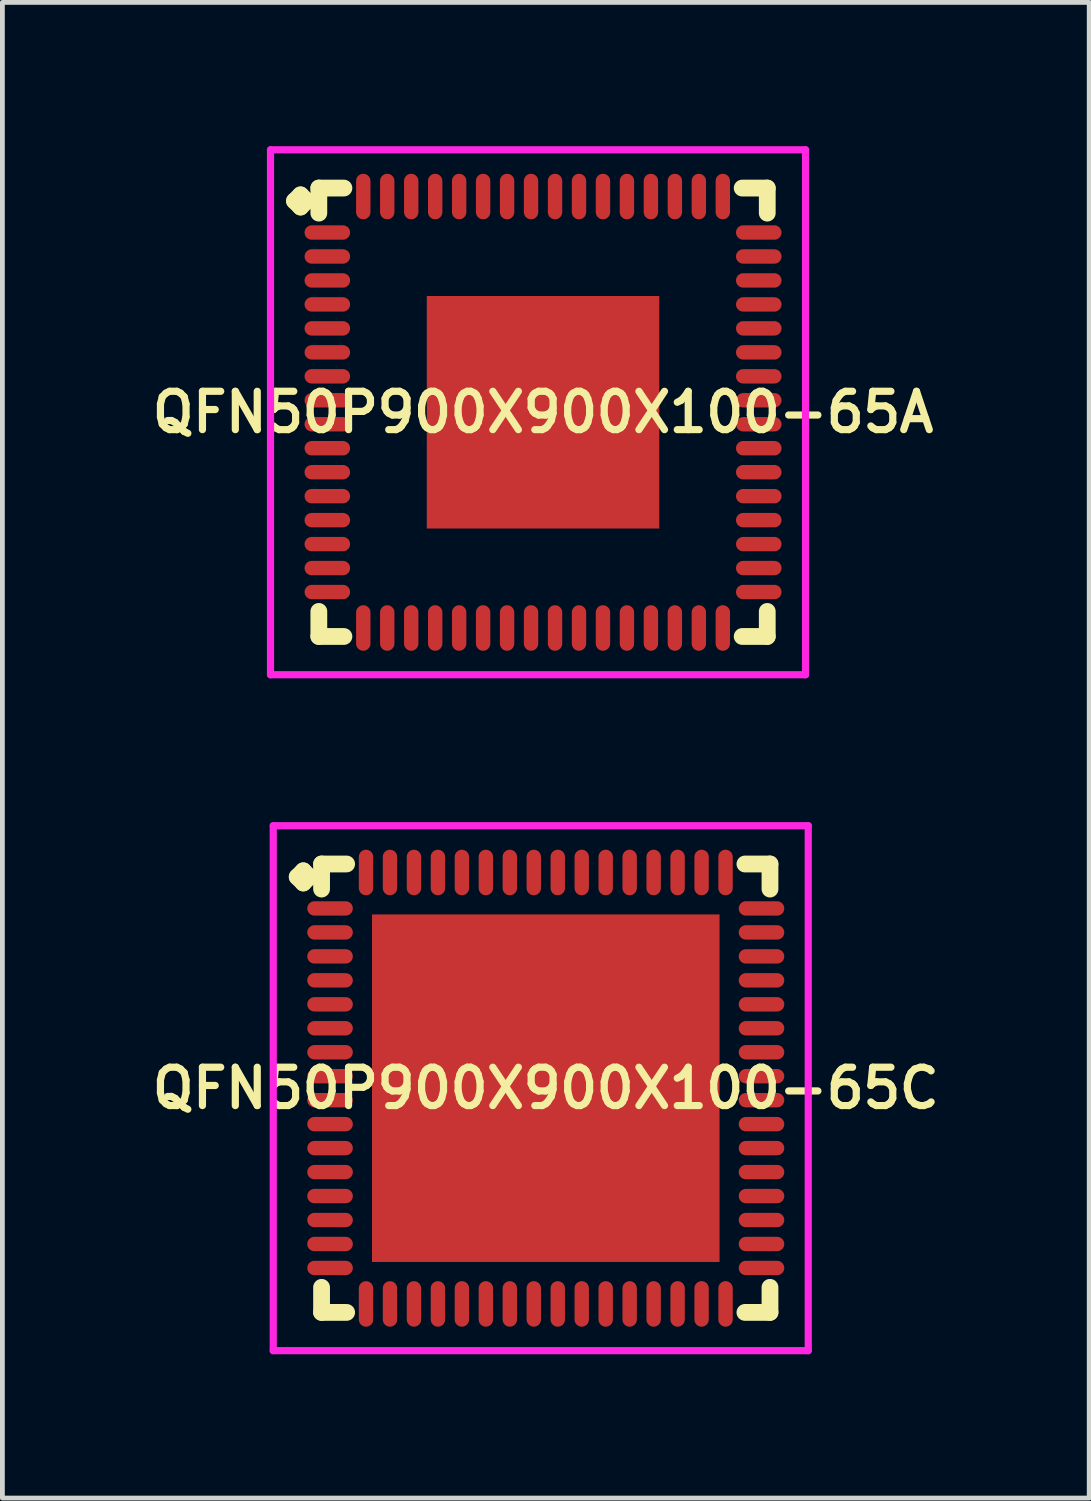
<source format=kicad_pcb>
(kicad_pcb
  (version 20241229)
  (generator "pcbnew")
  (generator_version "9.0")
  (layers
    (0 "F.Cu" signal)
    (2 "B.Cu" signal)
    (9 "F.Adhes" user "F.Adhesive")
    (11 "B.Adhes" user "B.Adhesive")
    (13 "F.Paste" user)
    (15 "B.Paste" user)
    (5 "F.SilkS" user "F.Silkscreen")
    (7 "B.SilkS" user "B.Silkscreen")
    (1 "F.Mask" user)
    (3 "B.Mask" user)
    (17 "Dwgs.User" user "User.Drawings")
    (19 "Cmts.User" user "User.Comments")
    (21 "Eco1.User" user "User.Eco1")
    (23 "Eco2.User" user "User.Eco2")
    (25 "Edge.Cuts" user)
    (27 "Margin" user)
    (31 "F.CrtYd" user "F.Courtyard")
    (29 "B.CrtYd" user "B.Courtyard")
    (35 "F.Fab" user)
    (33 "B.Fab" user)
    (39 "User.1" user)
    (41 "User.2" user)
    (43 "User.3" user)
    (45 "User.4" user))
  (footprint "QFN50P900X900X100-65C"
    (layer "F.Cu")
    (at 8.335 19.65)
    (property "Reference" "QFN50P900X900X100-65C" (at 0 0 0) (layer "F.SilkS") (effects (font (size 0.8 0.8) (thickness 0.15))))
    (attr smd)
    (fp_line (start -5.185 -4.408) (end -5.058 -4.535) (stroke (width 0.35) (type solid)) (layer "F.SilkS"))
    (fp_line (start -5.058 -4.535) (end -4.931 -4.408) (stroke (width 0.35) (type solid)) (layer "F.SilkS"))
    (fp_line (start -5.058 -4.281) (end -5.185 -4.408) (stroke (width 0.35) (type solid)) (layer "F.SilkS"))
    (fp_line (start -4.931 -4.408) (end -5.058 -4.281) (stroke (width 0.35) (type solid)) (layer "F.SilkS"))
    (fp_line (start -4.677 -4.677) (end -4.154 -4.677) (stroke (width 0.35) (type solid)) (layer "F.SilkS"))
    (fp_line (start -4.677 -4.154) (end -4.677 -4.677) (stroke (width 0.35) (type solid)) (layer "F.SilkS"))
    (fp_line (start -4.677 4.154) (end -4.677 4.677) (stroke (width 0.35) (type solid)) (layer "F.SilkS"))
    (fp_line (start -4.677 4.677) (end -4.154 4.677) (stroke (width 0.35) (type solid)) (layer "F.SilkS"))
    (fp_line (start 4.154 -4.677) (end 4.677 -4.677) (stroke (width 0.35) (type solid)) (layer "F.SilkS"))
    (fp_line (start 4.154 4.677) (end 4.677 4.677) (stroke (width 0.35) (type solid)) (layer "F.SilkS"))
    (fp_line (start 4.677 -4.677) (end 4.677 -4.154) (stroke (width 0.35) (type solid)) (layer "F.SilkS"))
    (fp_line (start 4.677 4.677) (end 4.677 4.154) (stroke (width 0.35) (type solid)) (layer "F.SilkS"))
    (fp_line (start -5.685 -5.475) (end 5.475 -5.475) (stroke (width 0.15) (type solid)) (layer "F.CrtYd"))
    (fp_line (start -5.685 5.475) (end -5.685 -5.475) (stroke (width 0.15) (type solid)) (layer "F.CrtYd"))
    (fp_line (start 5.475 -5.475) (end 5.475 5.475) (stroke (width 0.15) (type solid)) (layer "F.CrtYd"))
    (fp_line (start 5.475 5.475) (end -5.685 5.475) (stroke (width 0.15) (type solid)) (layer "F.CrtYd"))
    (pad "1" smd oval (at -4.5 -3.75) (size 0.95 0.3) (layers "F.Cu" "F.Mask" "F.Paste"))
    (pad "2" smd oval (at -4.5 -3.25) (size 0.95 0.3) (layers "F.Cu" "F.Mask" "F.Paste"))
    (pad "3" smd oval (at -4.5 -2.75) (size 0.95 0.3) (layers "F.Cu" "F.Mask" "F.Paste"))
    (pad "4" smd oval (at -4.5 -2.25) (size 0.95 0.3) (layers "F.Cu" "F.Mask" "F.Paste"))
    (pad "5" smd oval (at -4.5 -1.75) (size 0.95 0.3) (layers "F.Cu" "F.Mask" "F.Paste"))
    (pad "6" smd oval (at -4.5 -1.25) (size 0.95 0.3) (layers "F.Cu" "F.Mask" "F.Paste"))
    (pad "7" smd oval (at -4.5 -0.75) (size 0.95 0.3) (layers "F.Cu" "F.Mask" "F.Paste"))
    (pad "8" smd oval (at -4.5 -0.25) (size 0.95 0.3) (layers "F.Cu" "F.Mask" "F.Paste"))
    (pad "9" smd oval (at -4.5 0.25) (size 0.95 0.3) (layers "F.Cu" "F.Mask" "F.Paste"))
    (pad "10" smd oval (at -4.5 0.75) (size 0.95 0.3) (layers "F.Cu" "F.Mask" "F.Paste"))
    (pad "11" smd oval (at -4.5 1.25) (size 0.95 0.3) (layers "F.Cu" "F.Mask" "F.Paste"))
    (pad "12" smd oval (at -4.5 1.75) (size 0.95 0.3) (layers "F.Cu" "F.Mask" "F.Paste"))
    (pad "13" smd oval (at -4.5 2.25) (size 0.95 0.3) (layers "F.Cu" "F.Mask" "F.Paste"))
    (pad "14" smd oval (at -4.5 2.75) (size 0.95 0.3) (layers "F.Cu" "F.Mask" "F.Paste"))
    (pad "15" smd oval (at -4.5 3.25) (size 0.95 0.3) (layers "F.Cu" "F.Mask" "F.Paste"))
    (pad "16" smd oval (at -4.5 3.75) (size 0.95 0.3) (layers "F.Cu" "F.Mask" "F.Paste"))
    (pad "17" smd oval (at -3.75 4.5) (size 0.3 0.95) (layers "F.Cu" "F.Mask" "F.Paste"))
    (pad "18" smd oval (at -3.25 4.5) (size 0.3 0.95) (layers "F.Cu" "F.Mask" "F.Paste"))
    (pad "19" smd oval (at -2.75 4.5) (size 0.3 0.95) (layers "F.Cu" "F.Mask" "F.Paste"))
    (pad "20" smd oval (at -2.25 4.5) (size 0.3 0.95) (layers "F.Cu" "F.Mask" "F.Paste"))
    (pad "21" smd oval (at -1.75 4.5) (size 0.3 0.95) (layers "F.Cu" "F.Mask" "F.Paste"))
    (pad "22" smd oval (at -1.25 4.5) (size 0.3 0.95) (layers "F.Cu" "F.Mask" "F.Paste"))
    (pad "23" smd oval (at -0.75 4.5) (size 0.3 0.95) (layers "F.Cu" "F.Mask" "F.Paste"))
    (pad "24" smd oval (at -0.25 4.5) (size 0.3 0.95) (layers "F.Cu" "F.Mask" "F.Paste"))
    (pad "25" smd oval (at 0.25 4.5) (size 0.3 0.95) (layers "F.Cu" "F.Mask" "F.Paste"))
    (pad "26" smd oval (at 0.75 4.5) (size 0.3 0.95) (layers "F.Cu" "F.Mask" "F.Paste"))
    (pad "27" smd oval (at 1.25 4.5) (size 0.3 0.95) (layers "F.Cu" "F.Mask" "F.Paste"))
    (pad "28" smd oval (at 1.75 4.5) (size 0.3 0.95) (layers "F.Cu" "F.Mask" "F.Paste"))
    (pad "29" smd oval (at 2.25 4.5) (size 0.3 0.95) (layers "F.Cu" "F.Mask" "F.Paste"))
    (pad "30" smd oval (at 2.75 4.5) (size 0.3 0.95) (layers "F.Cu" "F.Mask" "F.Paste"))
    (pad "31" smd oval (at 3.25 4.5) (size 0.3 0.95) (layers "F.Cu" "F.Mask" "F.Paste"))
    (pad "32" smd oval (at 3.75 4.5) (size 0.3 0.95) (layers "F.Cu" "F.Mask" "F.Paste"))
    (pad "33" smd oval (at 4.5 3.75) (size 0.95 0.3) (layers "F.Cu" "F.Mask" "F.Paste"))
    (pad "34" smd oval (at 4.5 3.25) (size 0.95 0.3) (layers "F.Cu" "F.Mask" "F.Paste"))
    (pad "35" smd oval (at 4.5 2.75) (size 0.95 0.3) (layers "F.Cu" "F.Mask" "F.Paste"))
    (pad "36" smd oval (at 4.5 2.25) (size 0.95 0.3) (layers "F.Cu" "F.Mask" "F.Paste"))
    (pad "37" smd oval (at 4.5 1.75) (size 0.95 0.3) (layers "F.Cu" "F.Mask" "F.Paste"))
    (pad "38" smd oval (at 4.5 1.25) (size 0.95 0.3) (layers "F.Cu" "F.Mask" "F.Paste"))
    (pad "39" smd oval (at 4.5 0.75) (size 0.95 0.3) (layers "F.Cu" "F.Mask" "F.Paste"))
    (pad "40" smd oval (at 4.5 0.25) (size 0.95 0.3) (layers "F.Cu" "F.Mask" "F.Paste"))
    (pad "41" smd oval (at 4.5 -0.25) (size 0.95 0.3) (layers "F.Cu" "F.Mask" "F.Paste"))
    (pad "42" smd oval (at 4.5 -0.75) (size 0.95 0.3) (layers "F.Cu" "F.Mask" "F.Paste"))
    (pad "43" smd oval (at 4.5 -1.25) (size 0.95 0.3) (layers "F.Cu" "F.Mask" "F.Paste"))
    (pad "44" smd oval (at 4.5 -1.75) (size 0.95 0.3) (layers "F.Cu" "F.Mask" "F.Paste"))
    (pad "45" smd oval (at 4.5 -2.25) (size 0.95 0.3) (layers "F.Cu" "F.Mask" "F.Paste"))
    (pad "46" smd oval (at 4.5 -2.75) (size 0.95 0.3) (layers "F.Cu" "F.Mask" "F.Paste"))
    (pad "47" smd oval (at 4.5 -3.25) (size 0.95 0.3) (layers "F.Cu" "F.Mask" "F.Paste"))
    (pad "48" smd oval (at 4.5 -3.75) (size 0.95 0.3) (layers "F.Cu" "F.Mask" "F.Paste"))
    (pad "49" smd oval (at 3.75 -4.5) (size 0.3 0.95) (layers "F.Cu" "F.Mask" "F.Paste"))
    (pad "50" smd oval (at 3.25 -4.5) (size 0.3 0.95) (layers "F.Cu" "F.Mask" "F.Paste"))
    (pad "51" smd oval (at 2.75 -4.5) (size 0.3 0.95) (layers "F.Cu" "F.Mask" "F.Paste"))
    (pad "52" smd oval (at 2.25 -4.5) (size 0.3 0.95) (layers "F.Cu" "F.Mask" "F.Paste"))
    (pad "53" smd oval (at 1.75 -4.5) (size 0.3 0.95) (layers "F.Cu" "F.Mask" "F.Paste"))
    (pad "54" smd oval (at 1.25 -4.5) (size 0.3 0.95) (layers "F.Cu" "F.Mask" "F.Paste"))
    (pad "55" smd oval (at 0.75 -4.5) (size 0.3 0.95) (layers "F.Cu" "F.Mask" "F.Paste"))
    (pad "56" smd oval (at 0.25 -4.5) (size 0.3 0.95) (layers "F.Cu" "F.Mask" "F.Paste"))
    (pad "57" smd oval (at -0.25 -4.5) (size 0.3 0.95) (layers "F.Cu" "F.Mask" "F.Paste"))
    (pad "58" smd oval (at -0.75 -4.5) (size 0.3 0.95) (layers "F.Cu" "F.Mask" "F.Paste"))
    (pad "59" smd oval (at -1.25 -4.5) (size 0.3 0.95) (layers "F.Cu" "F.Mask" "F.Paste"))
    (pad "60" smd oval (at -1.75 -4.5) (size 0.3 0.95) (layers "F.Cu" "F.Mask" "F.Paste"))
    (pad "61" smd oval (at -2.25 -4.5) (size 0.3 0.95) (layers "F.Cu" "F.Mask" "F.Paste"))
    (pad "62" smd oval (at -2.75 -4.5) (size 0.3 0.95) (layers "F.Cu" "F.Mask" "F.Paste"))
    (pad "63" smd oval (at -3.25 -4.5) (size 0.3 0.95) (layers "F.Cu" "F.Mask" "F.Paste"))
    (pad "64" smd oval (at -3.75 -4.5) (size 0.3 0.95) (layers "F.Cu" "F.Mask" "F.Paste"))
    (pad "65" smd rect (at 0 0) (size 7.25 7.25) (layers "F.Cu" "F.Mask" "F.Paste")))
  (footprint "QFN50P900X900X100-65A"
    (layer "F.Cu")
    (at 8.278 5.55)
    (property "Reference" "QFN50P900X900X100-65A" (at 0 0 0) (layer "F.SilkS") (effects (font (size 0.8 0.8) (thickness 0.15))))
    (attr smd)
    (fp_line (start -5.185 -4.408) (end -5.058 -4.535) (stroke (width 0.35) (type solid)) (layer "F.SilkS"))
    (fp_line (start -5.058 -4.535) (end -4.931 -4.408) (stroke (width 0.35) (type solid)) (layer "F.SilkS"))
    (fp_line (start -5.058 -4.281) (end -5.185 -4.408) (stroke (width 0.35) (type solid)) (layer "F.SilkS"))
    (fp_line (start -4.931 -4.408) (end -5.058 -4.281) (stroke (width 0.35) (type solid)) (layer "F.SilkS"))
    (fp_line (start -4.677 -4.677) (end -4.154 -4.677) (stroke (width 0.35) (type solid)) (layer "F.SilkS"))
    (fp_line (start -4.677 -4.154) (end -4.677 -4.677) (stroke (width 0.35) (type solid)) (layer "F.SilkS"))
    (fp_line (start -4.677 4.154) (end -4.677 4.677) (stroke (width 0.35) (type solid)) (layer "F.SilkS"))
    (fp_line (start -4.677 4.677) (end -4.154 4.677) (stroke (width 0.35) (type solid)) (layer "F.SilkS"))
    (fp_line (start 4.154 -4.677) (end 4.677 -4.677) (stroke (width 0.35) (type solid)) (layer "F.SilkS"))
    (fp_line (start 4.154 4.677) (end 4.677 4.677) (stroke (width 0.35) (type solid)) (layer "F.SilkS"))
    (fp_line (start 4.677 -4.677) (end 4.677 -4.154) (stroke (width 0.35) (type solid)) (layer "F.SilkS"))
    (fp_line (start 4.677 4.677) (end 4.677 4.154) (stroke (width 0.35) (type solid)) (layer "F.SilkS"))
    (fp_line (start -5.685 -5.475) (end 5.475 -5.475) (stroke (width 0.15) (type solid)) (layer "F.CrtYd"))
    (fp_line (start -5.685 5.475) (end -5.685 -5.475) (stroke (width 0.15) (type solid)) (layer "F.CrtYd"))
    (fp_line (start 5.475 -5.475) (end 5.475 5.475) (stroke (width 0.15) (type solid)) (layer "F.CrtYd"))
    (fp_line (start 5.475 5.475) (end -5.685 5.475) (stroke (width 0.15) (type solid)) (layer "F.CrtYd"))
    (pad "1" smd oval (at -4.5 -3.75) (size 0.95 0.3) (layers "F.Cu" "F.Mask" "F.Paste"))
    (pad "2" smd oval (at -4.5 -3.25) (size 0.95 0.3) (layers "F.Cu" "F.Mask" "F.Paste"))
    (pad "3" smd oval (at -4.5 -2.75) (size 0.95 0.3) (layers "F.Cu" "F.Mask" "F.Paste"))
    (pad "4" smd oval (at -4.5 -2.25) (size 0.95 0.3) (layers "F.Cu" "F.Mask" "F.Paste"))
    (pad "5" smd oval (at -4.5 -1.75) (size 0.95 0.3) (layers "F.Cu" "F.Mask" "F.Paste"))
    (pad "6" smd oval (at -4.5 -1.25) (size 0.95 0.3) (layers "F.Cu" "F.Mask" "F.Paste"))
    (pad "7" smd oval (at -4.5 -0.75) (size 0.95 0.3) (layers "F.Cu" "F.Mask" "F.Paste"))
    (pad "8" smd oval (at -4.5 -0.25) (size 0.95 0.3) (layers "F.Cu" "F.Mask" "F.Paste"))
    (pad "9" smd oval (at -4.5 0.25) (size 0.95 0.3) (layers "F.Cu" "F.Mask" "F.Paste"))
    (pad "10" smd oval (at -4.5 0.75) (size 0.95 0.3) (layers "F.Cu" "F.Mask" "F.Paste"))
    (pad "11" smd oval (at -4.5 1.25) (size 0.95 0.3) (layers "F.Cu" "F.Mask" "F.Paste"))
    (pad "12" smd oval (at -4.5 1.75) (size 0.95 0.3) (layers "F.Cu" "F.Mask" "F.Paste"))
    (pad "13" smd oval (at -4.5 2.25) (size 0.95 0.3) (layers "F.Cu" "F.Mask" "F.Paste"))
    (pad "14" smd oval (at -4.5 2.75) (size 0.95 0.3) (layers "F.Cu" "F.Mask" "F.Paste"))
    (pad "15" smd oval (at -4.5 3.25) (size 0.95 0.3) (layers "F.Cu" "F.Mask" "F.Paste"))
    (pad "16" smd oval (at -4.5 3.75) (size 0.95 0.3) (layers "F.Cu" "F.Mask" "F.Paste"))
    (pad "17" smd oval (at -3.75 4.5) (size 0.3 0.95) (layers "F.Cu" "F.Mask" "F.Paste"))
    (pad "18" smd oval (at -3.25 4.5) (size 0.3 0.95) (layers "F.Cu" "F.Mask" "F.Paste"))
    (pad "19" smd oval (at -2.75 4.5) (size 0.3 0.95) (layers "F.Cu" "F.Mask" "F.Paste"))
    (pad "20" smd oval (at -2.25 4.5) (size 0.3 0.95) (layers "F.Cu" "F.Mask" "F.Paste"))
    (pad "21" smd oval (at -1.75 4.5) (size 0.3 0.95) (layers "F.Cu" "F.Mask" "F.Paste"))
    (pad "22" smd oval (at -1.25 4.5) (size 0.3 0.95) (layers "F.Cu" "F.Mask" "F.Paste"))
    (pad "23" smd oval (at -0.75 4.5) (size 0.3 0.95) (layers "F.Cu" "F.Mask" "F.Paste"))
    (pad "24" smd oval (at -0.25 4.5) (size 0.3 0.95) (layers "F.Cu" "F.Mask" "F.Paste"))
    (pad "25" smd oval (at 0.25 4.5) (size 0.3 0.95) (layers "F.Cu" "F.Mask" "F.Paste"))
    (pad "26" smd oval (at 0.75 4.5) (size 0.3 0.95) (layers "F.Cu" "F.Mask" "F.Paste"))
    (pad "27" smd oval (at 1.25 4.5) (size 0.3 0.95) (layers "F.Cu" "F.Mask" "F.Paste"))
    (pad "28" smd oval (at 1.75 4.5) (size 0.3 0.95) (layers "F.Cu" "F.Mask" "F.Paste"))
    (pad "29" smd oval (at 2.25 4.5) (size 0.3 0.95) (layers "F.Cu" "F.Mask" "F.Paste"))
    (pad "30" smd oval (at 2.75 4.5) (size 0.3 0.95) (layers "F.Cu" "F.Mask" "F.Paste"))
    (pad "31" smd oval (at 3.25 4.5) (size 0.3 0.95) (layers "F.Cu" "F.Mask" "F.Paste"))
    (pad "32" smd oval (at 3.75 4.5) (size 0.3 0.95) (layers "F.Cu" "F.Mask" "F.Paste"))
    (pad "33" smd oval (at 4.5 3.75) (size 0.95 0.3) (layers "F.Cu" "F.Mask" "F.Paste"))
    (pad "34" smd oval (at 4.5 3.25) (size 0.95 0.3) (layers "F.Cu" "F.Mask" "F.Paste"))
    (pad "35" smd oval (at 4.5 2.75) (size 0.95 0.3) (layers "F.Cu" "F.Mask" "F.Paste"))
    (pad "36" smd oval (at 4.5 2.25) (size 0.95 0.3) (layers "F.Cu" "F.Mask" "F.Paste"))
    (pad "37" smd oval (at 4.5 1.75) (size 0.95 0.3) (layers "F.Cu" "F.Mask" "F.Paste"))
    (pad "38" smd oval (at 4.5 1.25) (size 0.95 0.3) (layers "F.Cu" "F.Mask" "F.Paste"))
    (pad "39" smd oval (at 4.5 0.75) (size 0.95 0.3) (layers "F.Cu" "F.Mask" "F.Paste"))
    (pad "40" smd oval (at 4.5 0.25) (size 0.95 0.3) (layers "F.Cu" "F.Mask" "F.Paste"))
    (pad "41" smd oval (at 4.5 -0.25) (size 0.95 0.3) (layers "F.Cu" "F.Mask" "F.Paste"))
    (pad "42" smd oval (at 4.5 -0.75) (size 0.95 0.3) (layers "F.Cu" "F.Mask" "F.Paste"))
    (pad "43" smd oval (at 4.5 -1.25) (size 0.95 0.3) (layers "F.Cu" "F.Mask" "F.Paste"))
    (pad "44" smd oval (at 4.5 -1.75) (size 0.95 0.3) (layers "F.Cu" "F.Mask" "F.Paste"))
    (pad "45" smd oval (at 4.5 -2.25) (size 0.95 0.3) (layers "F.Cu" "F.Mask" "F.Paste"))
    (pad "46" smd oval (at 4.5 -2.75) (size 0.95 0.3) (layers "F.Cu" "F.Mask" "F.Paste"))
    (pad "47" smd oval (at 4.5 -3.25) (size 0.95 0.3) (layers "F.Cu" "F.Mask" "F.Paste"))
    (pad "48" smd oval (at 4.5 -3.75) (size 0.95 0.3) (layers "F.Cu" "F.Mask" "F.Paste"))
    (pad "49" smd oval (at 3.75 -4.5) (size 0.3 0.95) (layers "F.Cu" "F.Mask" "F.Paste"))
    (pad "50" smd oval (at 3.25 -4.5) (size 0.3 0.95) (layers "F.Cu" "F.Mask" "F.Paste"))
    (pad "51" smd oval (at 2.75 -4.5) (size 0.3 0.95) (layers "F.Cu" "F.Mask" "F.Paste"))
    (pad "52" smd oval (at 2.25 -4.5) (size 0.3 0.95) (layers "F.Cu" "F.Mask" "F.Paste"))
    (pad "53" smd oval (at 1.75 -4.5) (size 0.3 0.95) (layers "F.Cu" "F.Mask" "F.Paste"))
    (pad "54" smd oval (at 1.25 -4.5) (size 0.3 0.95) (layers "F.Cu" "F.Mask" "F.Paste"))
    (pad "55" smd oval (at 0.75 -4.5) (size 0.3 0.95) (layers "F.Cu" "F.Mask" "F.Paste"))
    (pad "56" smd oval (at 0.25 -4.5) (size 0.3 0.95) (layers "F.Cu" "F.Mask" "F.Paste"))
    (pad "57" smd oval (at -0.25 -4.5) (size 0.3 0.95) (layers "F.Cu" "F.Mask" "F.Paste"))
    (pad "58" smd oval (at -0.75 -4.5) (size 0.3 0.95) (layers "F.Cu" "F.Mask" "F.Paste"))
    (pad "59" smd oval (at -1.25 -4.5) (size 0.3 0.95) (layers "F.Cu" "F.Mask" "F.Paste"))
    (pad "60" smd oval (at -1.75 -4.5) (size 0.3 0.95) (layers "F.Cu" "F.Mask" "F.Paste"))
    (pad "61" smd oval (at -2.25 -4.5) (size 0.3 0.95) (layers "F.Cu" "F.Mask" "F.Paste"))
    (pad "62" smd oval (at -2.75 -4.5) (size 0.3 0.95) (layers "F.Cu" "F.Mask" "F.Paste"))
    (pad "63" smd oval (at -3.25 -4.5) (size 0.3 0.95) (layers "F.Cu" "F.Mask" "F.Paste"))
    (pad "64" smd oval (at -3.75 -4.5) (size 0.3 0.95) (layers "F.Cu" "F.Mask" "F.Paste"))
    (pad "65" smd rect (at 0 0) (size 4.85 4.85) (layers "F.Cu" "F.Mask" "F.Paste")))
  (gr_rect
    (start -3 -3)
    (end 19.671 28.2)
    (stroke (width 0.1) (type default))
    (fill no)
    (layer "Edge.Cuts")))
</source>
